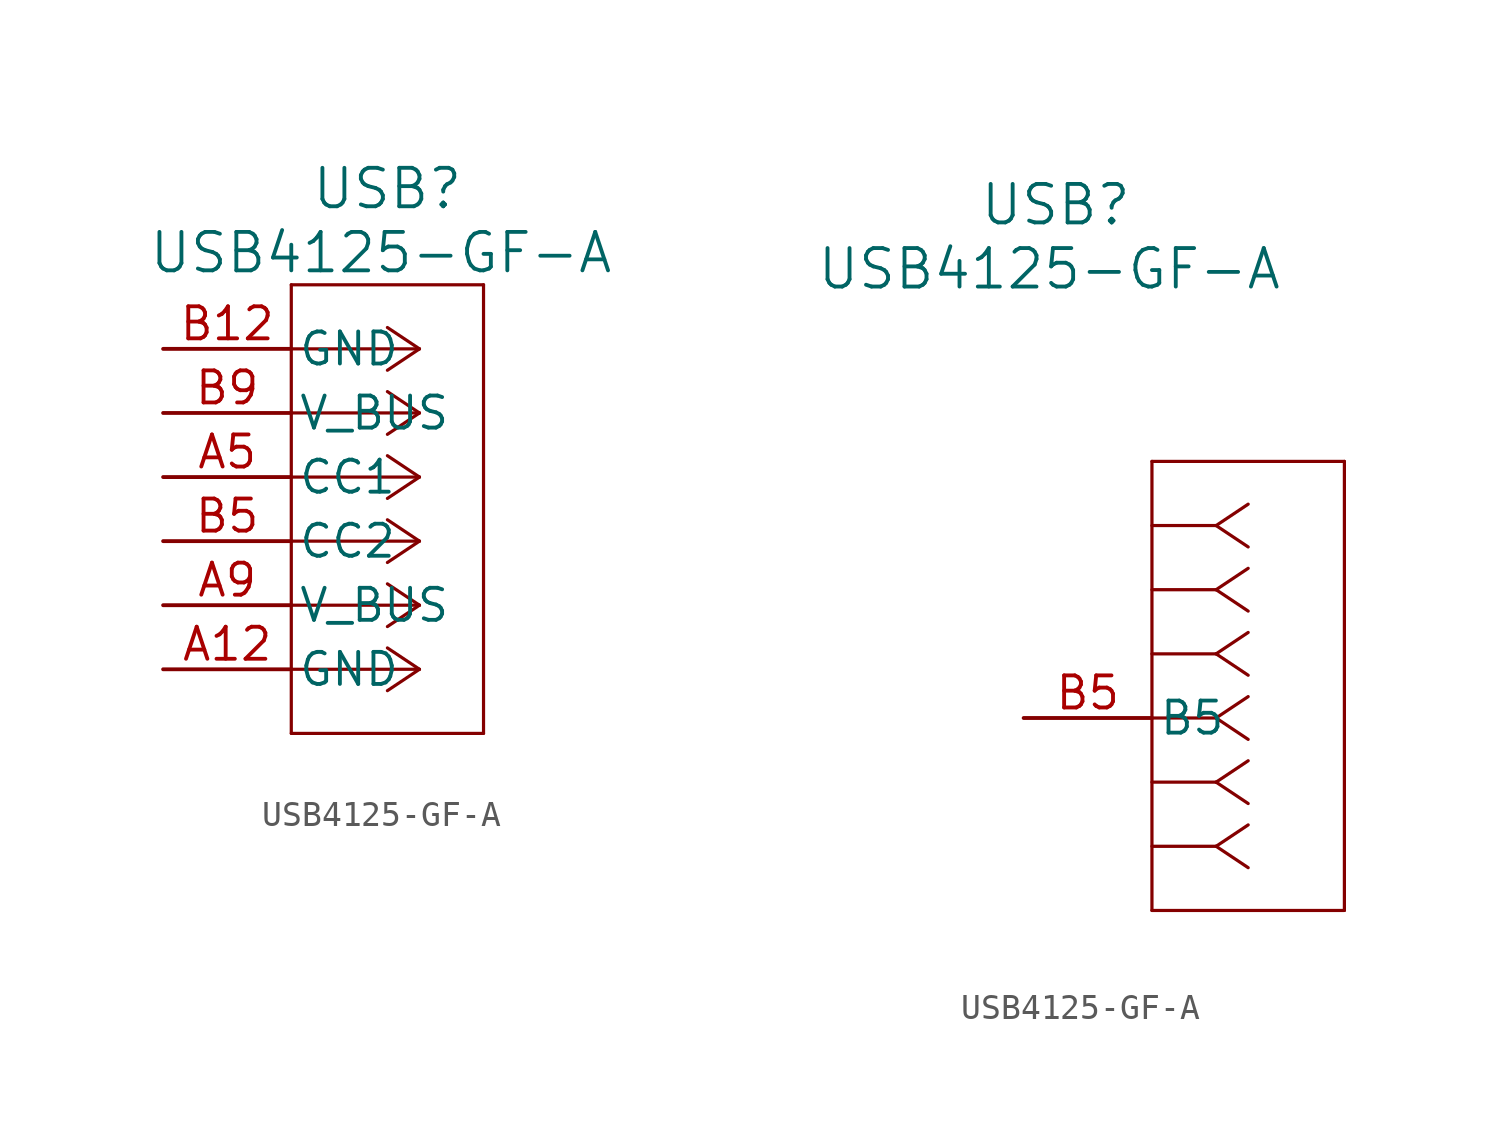
<source format=kicad_sym>
(kicad_symbol_lib
  (version 20231120)
  (generator "kicad_symbol_editor")
  (generator_version "8.0")
  (symbol "USB4125-GF-A"
    (pin_names
      (offset 0.254))
    (property "Reference" "USB"
      (at 1.27 12.7 0)
      (effects (font (size 1.524 1.524))))
    (property "Value" "USB4125-GF-A"
      (at 1.016 10.16 0)
      (effects (font (size 1.524 1.524))))
    (property "ki_locked" ""
      (at 0 0 0)
      (effects (font (size 1.27 1.27))))
    (symbol "USB4125-GF-A_1_1"
      (polyline (pts (xy -2.54 -8.89) (xy 5.08 -8.89)) (stroke (width 0.127) (type default)) (fill (type none)))
      (polyline (pts (xy -2.54 8.89) (xy -2.54 -8.89)) (stroke (width 0.127) (type default)) (fill (type none)))
      (polyline (pts (xy 2.54 -6.35) (xy -2.54 -6.35)) (stroke (width 0.127) (type default)) (fill (type none)))
      (polyline (pts (xy 2.54 -6.35) (xy 1.27 -7.197)) (stroke (width 0.127) (type default)) (fill (type none)))
      (polyline (pts (xy 2.54 -6.35) (xy 1.27 -5.503)) (stroke (width 0.127) (type default)) (fill (type none)))
      (polyline (pts (xy 2.54 -3.81) (xy -2.54 -3.81)) (stroke (width 0.127) (type default)) (fill (type none)))
      (polyline (pts (xy 2.54 -3.81) (xy 1.27 -4.657)) (stroke (width 0.127) (type default)) (fill (type none)))
      (polyline (pts (xy 2.54 -3.81) (xy 1.27 -2.963)) (stroke (width 0.127) (type default)) (fill (type none)))
      (polyline (pts (xy 2.54 -1.27) (xy -2.54 -1.27)) (stroke (width 0.127) (type default)) (fill (type none)))
      (polyline (pts (xy 2.54 -1.27) (xy 1.27 -2.117)) (stroke (width 0.127) (type default)) (fill (type none)))
      (polyline (pts (xy 2.54 -1.27) (xy 1.27 -0.423)) (stroke (width 0.127) (type default)) (fill (type none)))
      (polyline (pts (xy 2.54 1.27) (xy -2.54 1.27)) (stroke (width 0.127) (type default)) (fill (type none)))
      (polyline (pts (xy 2.54 1.27) (xy 1.27 0.423)) (stroke (width 0.127) (type default)) (fill (type none)))
      (polyline (pts (xy 2.54 1.27) (xy 1.27 2.117)) (stroke (width 0.127) (type default)) (fill (type none)))
      (polyline (pts (xy 2.54 3.81) (xy -2.54 3.81)) (stroke (width 0.127) (type default)) (fill (type none)))
      (polyline (pts (xy 2.54 3.81) (xy 1.27 2.963)) (stroke (width 0.127) (type default)) (fill (type none)))
      (polyline (pts (xy 2.54 3.81) (xy 1.27 4.657)) (stroke (width 0.127) (type default)) (fill (type none)))
      (polyline (pts (xy 2.54 6.35) (xy -2.54 6.35)) (stroke (width 0.127) (type default)) (fill (type none)))
      (polyline (pts (xy 2.54 6.35) (xy 1.27 5.503)) (stroke (width 0.127) (type default)) (fill (type none)))
      (polyline (pts (xy 2.54 6.35) (xy 1.27 7.197)) (stroke (width 0.127) (type default)) (fill (type none)))
      (polyline (pts (xy 5.08 -8.89) (xy 5.08 8.89)) (stroke (width 0.127) (type default)) (fill (type none)))
      (polyline (pts (xy 5.08 8.89) (xy -2.54 8.89)) (stroke (width 0.127) (type default)) (fill (type none)))
      (pin input line (at -7.62 -6.35 0) (length 5.08) (name "GND" (effects (font (size 1.27 1.27)))) (number "A12" (effects (font (size 1.27 1.27)))))
      (pin bidirectional line (at -7.62 1.27 0) (length 5.08) (name "CC1" (effects (font (size 1.27 1.27)))) (number "A5" (effects (font (size 1.27 1.27)))))
      (pin output line (at -7.62 -3.81 0) (length 5.08) (name "V_BUS" (effects (font (size 1.27 1.27)))) (number "A9" (effects (font (size 1.27 1.27)))))
      (pin input line (at -7.62 6.35 0) (length 5.08) (name "GND" (effects (font (size 1.27 1.27)))) (number "B12" (effects (font (size 1.27 1.27)))))
      (pin bidirectional line (at -7.62 -1.27 0) (length 5.08) (name "CC2" (effects (font (size 1.27 1.27)))) (number "B5" (effects (font (size 1.27 1.27)))))
      (pin output line (at -7.62 3.81 0) (length 5.08) (name "V_BUS" (effects (font (size 1.27 1.27)))) (number "B9" (effects (font (size 1.27 1.27))))))
    (symbol "USB4125-GF-A_1_2"
      (polyline (pts (xy 5.08 -15.24) (xy 12.7 -15.24)) (stroke (width 0.127) (type default)) (fill (type none)))
      (polyline (pts (xy 5.08 2.54) (xy 5.08 -15.24)) (stroke (width 0.127) (type default)) (fill (type none)))
      (polyline (pts (xy 7.62 -12.7) (xy 5.08 -12.7)) (stroke (width 0.127) (type default)) (fill (type none)))
      (polyline (pts (xy 7.62 -12.7) (xy 8.89 -13.547)) (stroke (width 0.127) (type default)) (fill (type none)))
      (polyline (pts (xy 7.62 -12.7) (xy 8.89 -11.853)) (stroke (width 0.127) (type default)) (fill (type none)))
      (polyline (pts (xy 7.62 -10.16) (xy 5.08 -10.16)) (stroke (width 0.127) (type default)) (fill (type none)))
      (polyline (pts (xy 7.62 -10.16) (xy 8.89 -11.007)) (stroke (width 0.127) (type default)) (fill (type none)))
      (polyline (pts (xy 7.62 -10.16) (xy 8.89 -9.313)) (stroke (width 0.127) (type default)) (fill (type none)))
      (polyline (pts (xy 7.62 -7.62) (xy 5.08 -7.62)) (stroke (width 0.127) (type default)) (fill (type none)))
      (polyline (pts (xy 7.62 -7.62) (xy 8.89 -8.467)) (stroke (width 0.127) (type default)) (fill (type none)))
      (polyline (pts (xy 7.62 -7.62) (xy 8.89 -6.773)) (stroke (width 0.127) (type default)) (fill (type none)))
      (polyline (pts (xy 7.62 -5.08) (xy 5.08 -5.08)) (stroke (width 0.127) (type default)) (fill (type none)))
      (polyline (pts (xy 7.62 -5.08) (xy 8.89 -5.927)) (stroke (width 0.127) (type default)) (fill (type none)))
      (polyline (pts (xy 7.62 -5.08) (xy 8.89 -4.233)) (stroke (width 0.127) (type default)) (fill (type none)))
      (polyline (pts (xy 7.62 -2.54) (xy 5.08 -2.54)) (stroke (width 0.127) (type default)) (fill (type none)))
      (polyline (pts (xy 7.62 -2.54) (xy 8.89 -3.387)) (stroke (width 0.127) (type default)) (fill (type none)))
      (polyline (pts (xy 7.62 -2.54) (xy 8.89 -1.693)) (stroke (width 0.127) (type default)) (fill (type none)))
      (polyline (pts (xy 7.62 0) (xy 5.08 0)) (stroke (width 0.127) (type default)) (fill (type none)))
      (polyline (pts (xy 7.62 0) (xy 8.89 -0.847)) (stroke (width 0.127) (type default)) (fill (type none)))
      (polyline (pts (xy 7.62 0) (xy 8.89 0.847)) (stroke (width 0.127) (type default)) (fill (type none)))
      (polyline (pts (xy 12.7 -15.24) (xy 12.7 2.54)) (stroke (width 0.127) (type default)) (fill (type none)))
      (polyline (pts (xy 12.7 2.54) (xy 5.08 2.54)) (stroke (width 0.127) (type default)) (fill (type none)))
      (pin bidirectional line (at 0 -7.62 0) (length 5.08) (name "B5" (effects (font (size 1.27 1.27)))) (number "B5" (effects (font (size 1.27 1.27))))))))
</source>
